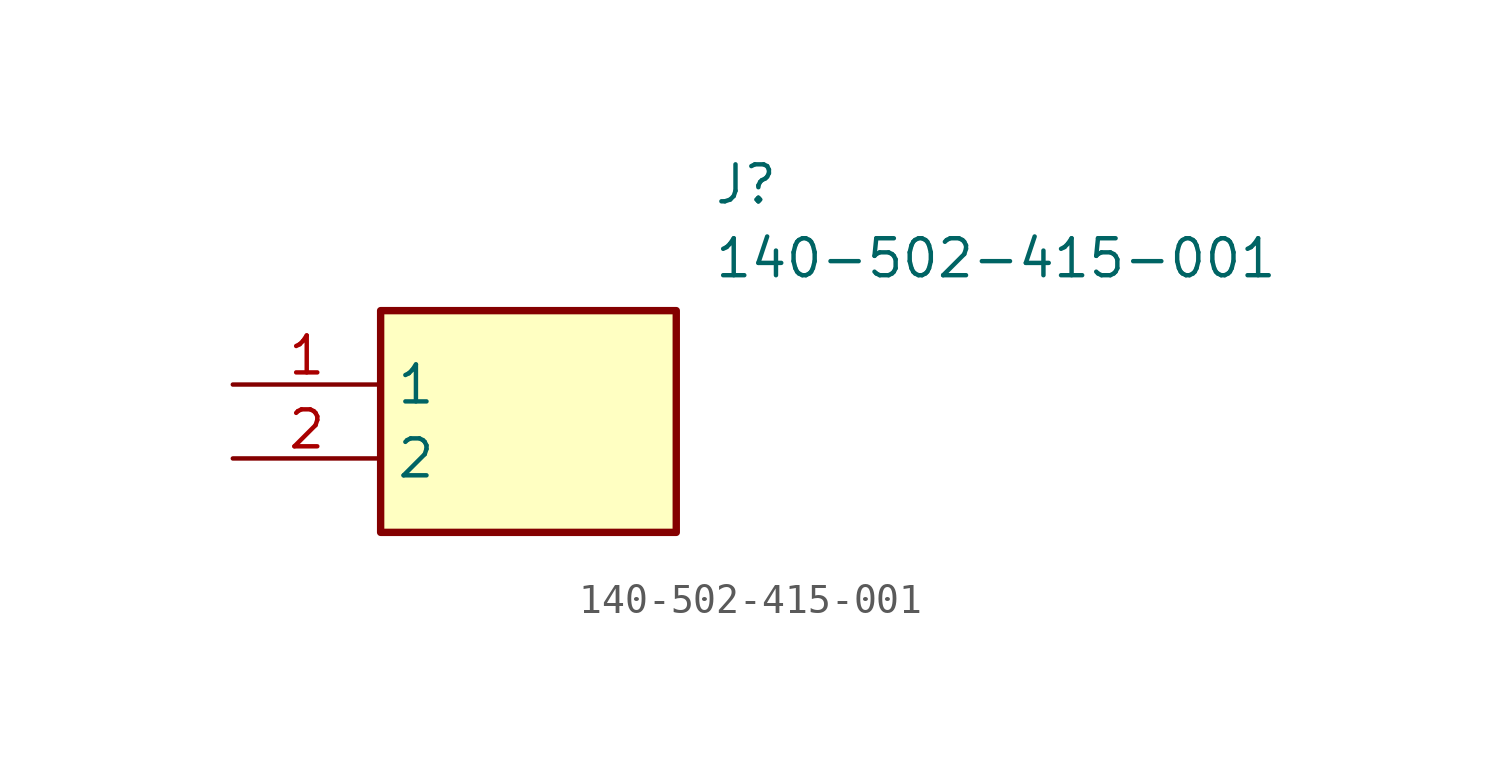
<source format=kicad_sym>
(kicad_symbol_lib
  (version 20211014)
  (generator SamacSys_ECAD_Model)
  (symbol "140-502-415-001"
    (property "Reference" "J"
      (at 16.51 7.62 0)
      (effects (font (size 1.27 1.27)) (justify left top)))
    (property "Value" "140-502-415-001"
      (at 16.51 5.08 0)
      (effects (font (size 1.27 1.27)) (justify left top)))
    (rectangle
      (start 5.08 2.54)
      (end 15.24 -5.08)
      (stroke (width 0.254) (type default))
      (fill (type background)))
    (pin passive line
      (at 0 0 0)
      (length 5.08)
      (name "1" (effects (font (size 1.27 1.27))))
      (number "1" (effects (font (size 1.27 1.27)))))
    (pin passive line
      (at 0 -2.54 0)
      (length 5.08)
      (name "2" (effects (font (size 1.27 1.27))))
      (number "2" (effects (font (size 1.27 1.27)))))))
</source>
